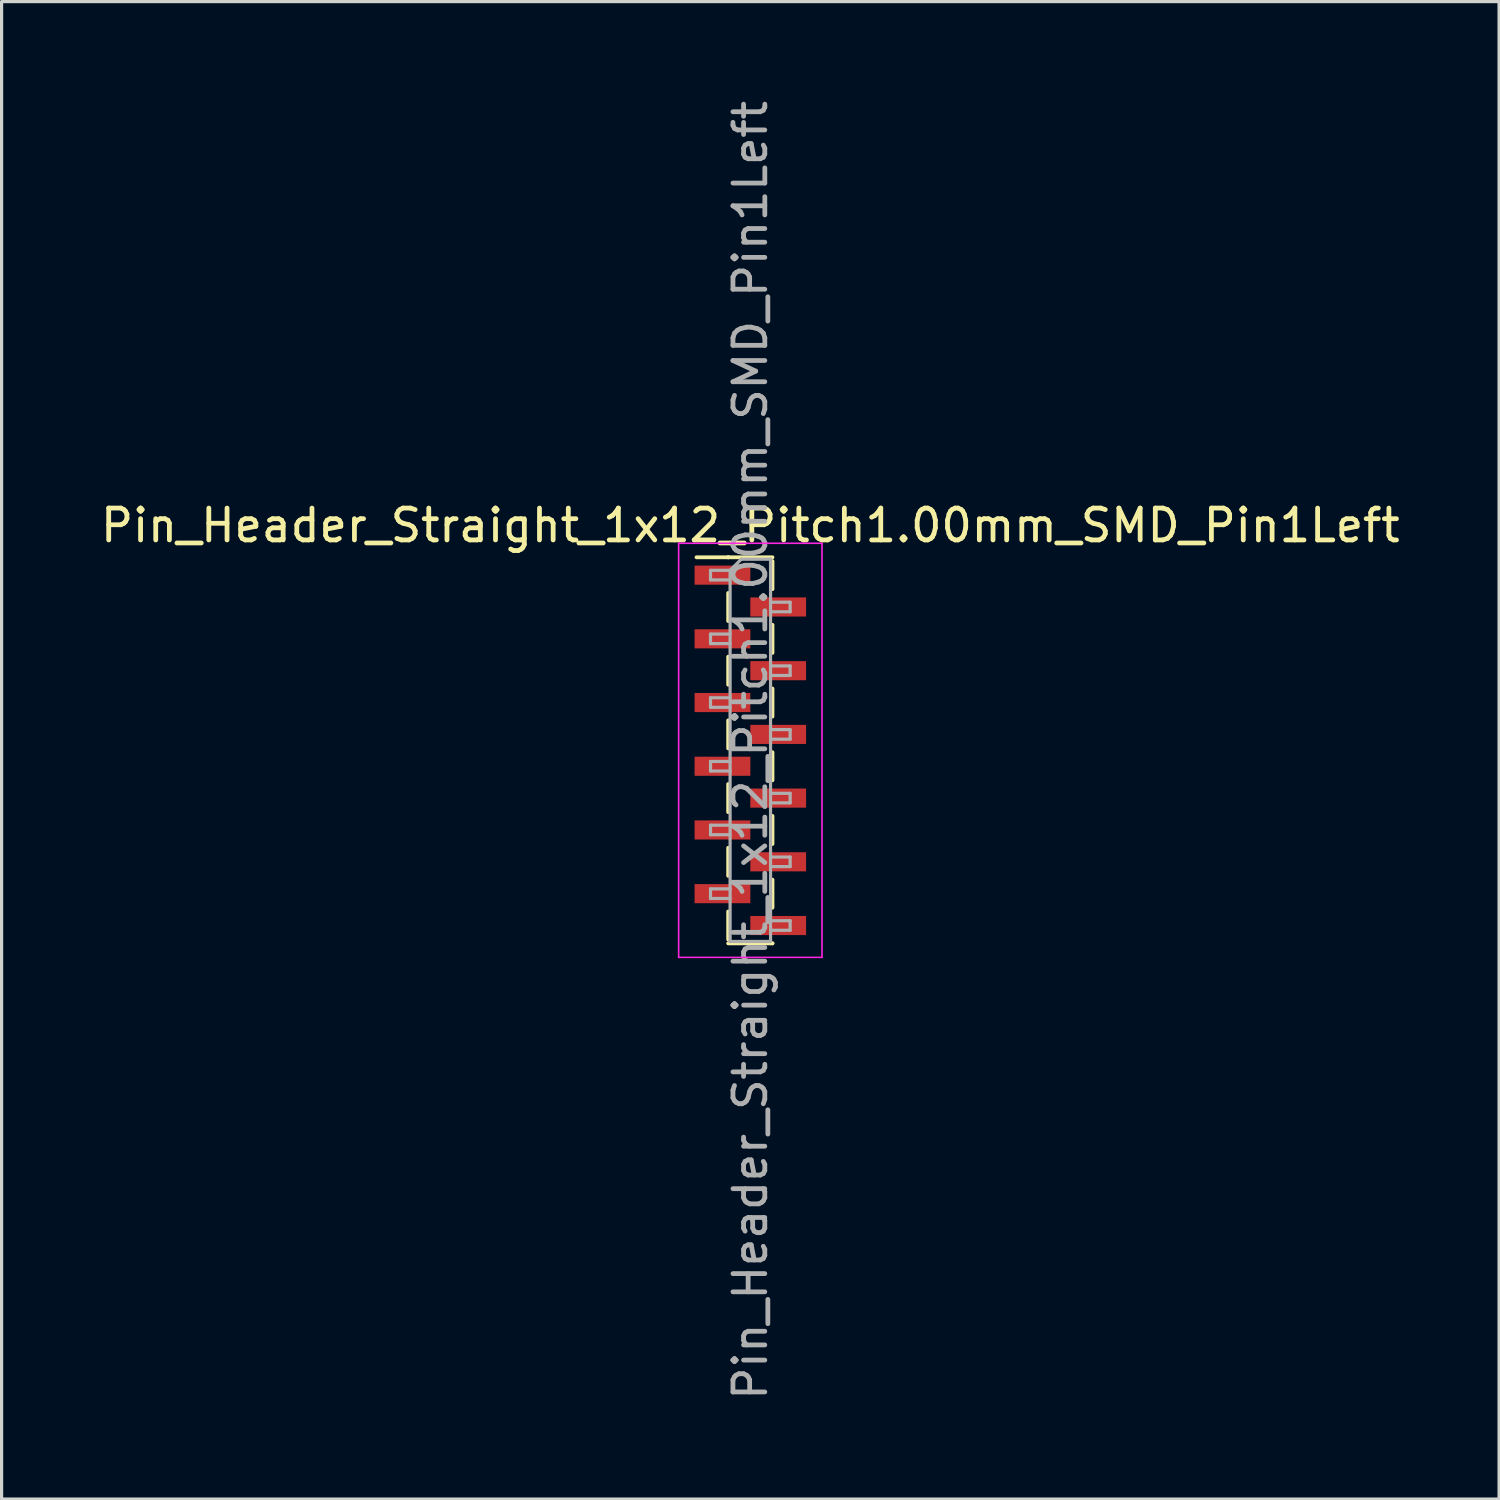
<source format=kicad_pcb>
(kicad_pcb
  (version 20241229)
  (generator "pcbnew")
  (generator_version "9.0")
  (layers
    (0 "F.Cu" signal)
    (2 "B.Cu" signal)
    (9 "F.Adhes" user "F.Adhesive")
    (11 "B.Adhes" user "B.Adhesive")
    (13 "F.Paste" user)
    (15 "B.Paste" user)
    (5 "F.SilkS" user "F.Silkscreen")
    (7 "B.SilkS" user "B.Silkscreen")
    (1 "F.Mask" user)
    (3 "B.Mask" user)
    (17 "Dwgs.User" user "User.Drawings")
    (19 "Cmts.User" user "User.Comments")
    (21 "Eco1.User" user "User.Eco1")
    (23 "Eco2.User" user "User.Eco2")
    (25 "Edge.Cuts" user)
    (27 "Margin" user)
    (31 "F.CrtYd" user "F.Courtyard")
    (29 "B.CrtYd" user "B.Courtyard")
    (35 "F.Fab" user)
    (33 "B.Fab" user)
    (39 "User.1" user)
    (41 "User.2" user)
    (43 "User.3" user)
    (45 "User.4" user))
  (footprint "Pin_Header_Straight_1x12_Pitch1.00mm_SMD_Pin1Left"
    (layer "F.Cu")
    (at 20.506 20.506)
    (property "Reference" "Pin_Header_Straight_1x12_Pitch1.00mm_SMD_Pin1Left" (at 0 -7.06 0) (layer "F.SilkS") (effects (font (size 1 1) (thickness 0.15))))
    (attr smd)
    (fp_line (start -0.695 -6.06) (end -1.69 -6.06) (stroke (width 0.12) (type solid)) (layer "F.SilkS"))
    (fp_line (start -0.695 -6.06) (end -0.695 -6.06) (stroke (width 0.12) (type solid)) (layer "F.SilkS"))
    (fp_line (start -0.695 -6.06) (end 0.695 -6.06) (stroke (width 0.12) (type solid)) (layer "F.SilkS"))
    (fp_line (start -0.695 -4.94) (end -0.695 -4.06) (stroke (width 0.12) (type solid)) (layer "F.SilkS"))
    (fp_line (start -0.695 -2.94) (end -0.695 -2.06) (stroke (width 0.12) (type solid)) (layer "F.SilkS"))
    (fp_line (start -0.695 -0.94) (end -0.695 -0.06) (stroke (width 0.12) (type solid)) (layer "F.SilkS"))
    (fp_line (start -0.695 1.06) (end -0.695 1.94) (stroke (width 0.12) (type solid)) (layer "F.SilkS"))
    (fp_line (start -0.695 3.06) (end -0.695 3.94) (stroke (width 0.12) (type solid)) (layer "F.SilkS"))
    (fp_line (start -0.695 5.06) (end -0.695 5.94) (stroke (width 0.12) (type solid)) (layer "F.SilkS"))
    (fp_line (start -0.695 6.06) (end 0.695 6.06) (stroke (width 0.12) (type solid)) (layer "F.SilkS"))
    (fp_line (start 0.695 -5.94) (end 0.695 -5.06) (stroke (width 0.12) (type solid)) (layer "F.SilkS"))
    (fp_line (start 0.695 -3.94) (end 0.695 -3.06) (stroke (width 0.12) (type solid)) (layer "F.SilkS"))
    (fp_line (start 0.695 -1.94) (end 0.695 -1.06) (stroke (width 0.12) (type solid)) (layer "F.SilkS"))
    (fp_line (start 0.695 0.06) (end 0.695 0.94) (stroke (width 0.12) (type solid)) (layer "F.SilkS"))
    (fp_line (start 0.695 2.06) (end 0.695 2.94) (stroke (width 0.12) (type solid)) (layer "F.SilkS"))
    (fp_line (start 0.695 4.06) (end 0.695 4.94) (stroke (width 0.12) (type solid)) (layer "F.SilkS"))
    (fp_line (start 0.695 6.06) (end 0.695 6.06) (stroke (width 0.12) (type solid)) (layer "F.SilkS"))
    (fp_line (start -2.25 -6.5) (end -2.25 6.5) (stroke (width 0.05) (type solid)) (layer "F.CrtYd"))
    (fp_line (start -2.25 6.5) (end 2.25 6.5) (stroke (width 0.05) (type solid)) (layer "F.CrtYd"))
    (fp_line (start 2.25 -6.5) (end -2.25 -6.5) (stroke (width 0.05) (type solid)) (layer "F.CrtYd"))
    (fp_line (start 2.25 6.5) (end 2.25 -6.5) (stroke (width 0.05) (type solid)) (layer "F.CrtYd"))
    (fp_line (start -1.25 -5.65) (end -1.25 -5.35) (stroke (width 0.1) (type solid)) (layer "F.Fab"))
    (fp_line (start -1.25 -5.35) (end -0.635 -5.35) (stroke (width 0.1) (type solid)) (layer "F.Fab"))
    (fp_line (start -1.25 -3.65) (end -1.25 -3.35) (stroke (width 0.1) (type solid)) (layer "F.Fab"))
    (fp_line (start -1.25 -3.35) (end -0.635 -3.35) (stroke (width 0.1) (type solid)) (layer "F.Fab"))
    (fp_line (start -1.25 -1.65) (end -1.25 -1.35) (stroke (width 0.1) (type solid)) (layer "F.Fab"))
    (fp_line (start -1.25 -1.35) (end -0.635 -1.35) (stroke (width 0.1) (type solid)) (layer "F.Fab"))
    (fp_line (start -1.25 0.35) (end -1.25 0.65) (stroke (width 0.1) (type solid)) (layer "F.Fab"))
    (fp_line (start -1.25 0.65) (end -0.635 0.65) (stroke (width 0.1) (type solid)) (layer "F.Fab"))
    (fp_line (start -1.25 2.35) (end -1.25 2.65) (stroke (width 0.1) (type solid)) (layer "F.Fab"))
    (fp_line (start -1.25 2.65) (end -0.635 2.65) (stroke (width 0.1) (type solid)) (layer "F.Fab"))
    (fp_line (start -1.25 4.35) (end -1.25 4.65) (stroke (width 0.1) (type solid)) (layer "F.Fab"))
    (fp_line (start -1.25 4.65) (end -0.635 4.65) (stroke (width 0.1) (type solid)) (layer "F.Fab"))
    (fp_line (start -0.635 -5.65) (end -1.25 -5.65) (stroke (width 0.1) (type solid)) (layer "F.Fab"))
    (fp_line (start -0.635 -5.65) (end -0.285 -6) (stroke (width 0.1) (type solid)) (layer "F.Fab"))
    (fp_line (start -0.635 -3.65) (end -1.25 -3.65) (stroke (width 0.1) (type solid)) (layer "F.Fab"))
    (fp_line (start -0.635 -1.65) (end -1.25 -1.65) (stroke (width 0.1) (type solid)) (layer "F.Fab"))
    (fp_line (start -0.635 0.35) (end -1.25 0.35) (stroke (width 0.1) (type solid)) (layer "F.Fab"))
    (fp_line (start -0.635 2.35) (end -1.25 2.35) (stroke (width 0.1) (type solid)) (layer "F.Fab"))
    (fp_line (start -0.635 4.35) (end -1.25 4.35) (stroke (width 0.1) (type solid)) (layer "F.Fab"))
    (fp_line (start -0.635 6) (end -0.635 -5.65) (stroke (width 0.1) (type solid)) (layer "F.Fab"))
    (fp_line (start -0.285 -6) (end 0.635 -6) (stroke (width 0.1) (type solid)) (layer "F.Fab"))
    (fp_line (start 0.635 -6) (end 0.635 6) (stroke (width 0.1) (type solid)) (layer "F.Fab"))
    (fp_line (start 0.635 -4.65) (end 1.25 -4.65) (stroke (width 0.1) (type solid)) (layer "F.Fab"))
    (fp_line (start 0.635 -2.65) (end 1.25 -2.65) (stroke (width 0.1) (type solid)) (layer "F.Fab"))
    (fp_line (start 0.635 -0.65) (end 1.25 -0.65) (stroke (width 0.1) (type solid)) (layer "F.Fab"))
    (fp_line (start 0.635 1.35) (end 1.25 1.35) (stroke (width 0.1) (type solid)) (layer "F.Fab"))
    (fp_line (start 0.635 3.35) (end 1.25 3.35) (stroke (width 0.1) (type solid)) (layer "F.Fab"))
    (fp_line (start 0.635 5.35) (end 1.25 5.35) (stroke (width 0.1) (type solid)) (layer "F.Fab"))
    (fp_line (start 0.635 6) (end -0.635 6) (stroke (width 0.1) (type solid)) (layer "F.Fab"))
    (fp_line (start 1.25 -4.65) (end 1.25 -4.35) (stroke (width 0.1) (type solid)) (layer "F.Fab"))
    (fp_line (start 1.25 -4.35) (end 0.635 -4.35) (stroke (width 0.1) (type solid)) (layer "F.Fab"))
    (fp_line (start 1.25 -2.65) (end 1.25 -2.35) (stroke (width 0.1) (type solid)) (layer "F.Fab"))
    (fp_line (start 1.25 -2.35) (end 0.635 -2.35) (stroke (width 0.1) (type solid)) (layer "F.Fab"))
    (fp_line (start 1.25 -0.65) (end 1.25 -0.35) (stroke (width 0.1) (type solid)) (layer "F.Fab"))
    (fp_line (start 1.25 -0.35) (end 0.635 -0.35) (stroke (width 0.1) (type solid)) (layer "F.Fab"))
    (fp_line (start 1.25 1.35) (end 1.25 1.65) (stroke (width 0.1) (type solid)) (layer "F.Fab"))
    (fp_line (start 1.25 1.65) (end 0.635 1.65) (stroke (width 0.1) (type solid)) (layer "F.Fab"))
    (fp_line (start 1.25 3.35) (end 1.25 3.65) (stroke (width 0.1) (type solid)) (layer "F.Fab"))
    (fp_line (start 1.25 3.65) (end 0.635 3.65) (stroke (width 0.1) (type solid)) (layer "F.Fab"))
    (fp_line (start 1.25 5.35) (end 1.25 5.65) (stroke (width 0.1) (type solid)) (layer "F.Fab"))
    (fp_line (start 1.25 5.65) (end 0.635 5.65) (stroke (width 0.1) (type solid)) (layer "F.Fab"))
    (fp_text user "${REFERENCE}" (at 0 0 90) (layer "F.Fab") (effects (font (size 1 1) (thickness 0.15))))
    (pad "1" smd rect (at -0.875 -5.5) (size 1.75 0.6) (layers "F.Cu" "F.Mask" "F.Paste"))
    (pad "2" smd rect (at 0.875 -4.5) (size 1.75 0.6) (layers "F.Cu" "F.Mask" "F.Paste"))
    (pad "3" smd rect (at -0.875 -3.5) (size 1.75 0.6) (layers "F.Cu" "F.Mask" "F.Paste"))
    (pad "4" smd rect (at 0.875 -2.5) (size 1.75 0.6) (layers "F.Cu" "F.Mask" "F.Paste"))
    (pad "5" smd rect (at -0.875 -1.5) (size 1.75 0.6) (layers "F.Cu" "F.Mask" "F.Paste"))
    (pad "6" smd rect (at 0.875 -0.5) (size 1.75 0.6) (layers "F.Cu" "F.Mask" "F.Paste"))
    (pad "7" smd rect (at -0.875 0.5) (size 1.75 0.6) (layers "F.Cu" "F.Mask" "F.Paste"))
    (pad "8" smd rect (at 0.875 1.5) (size 1.75 0.6) (layers "F.Cu" "F.Mask" "F.Paste"))
    (pad "9" smd rect (at -0.875 2.5) (size 1.75 0.6) (layers "F.Cu" "F.Mask" "F.Paste"))
    (pad "10" smd rect (at 0.875 3.5) (size 1.75 0.6) (layers "F.Cu" "F.Mask" "F.Paste"))
    (pad "11" smd rect (at -0.875 4.5) (size 1.75 0.6) (layers "F.Cu" "F.Mask" "F.Paste"))
    (pad "12" smd rect (at 0.875 5.5) (size 1.75 0.6) (layers "F.Cu" "F.Mask" "F.Paste")))
  (gr_rect
    (start -3 -3)
    (end 44.012 44.012)
    (stroke (width 0.1) (type default))
    (fill no)
    (layer "Edge.Cuts")))
</source>
